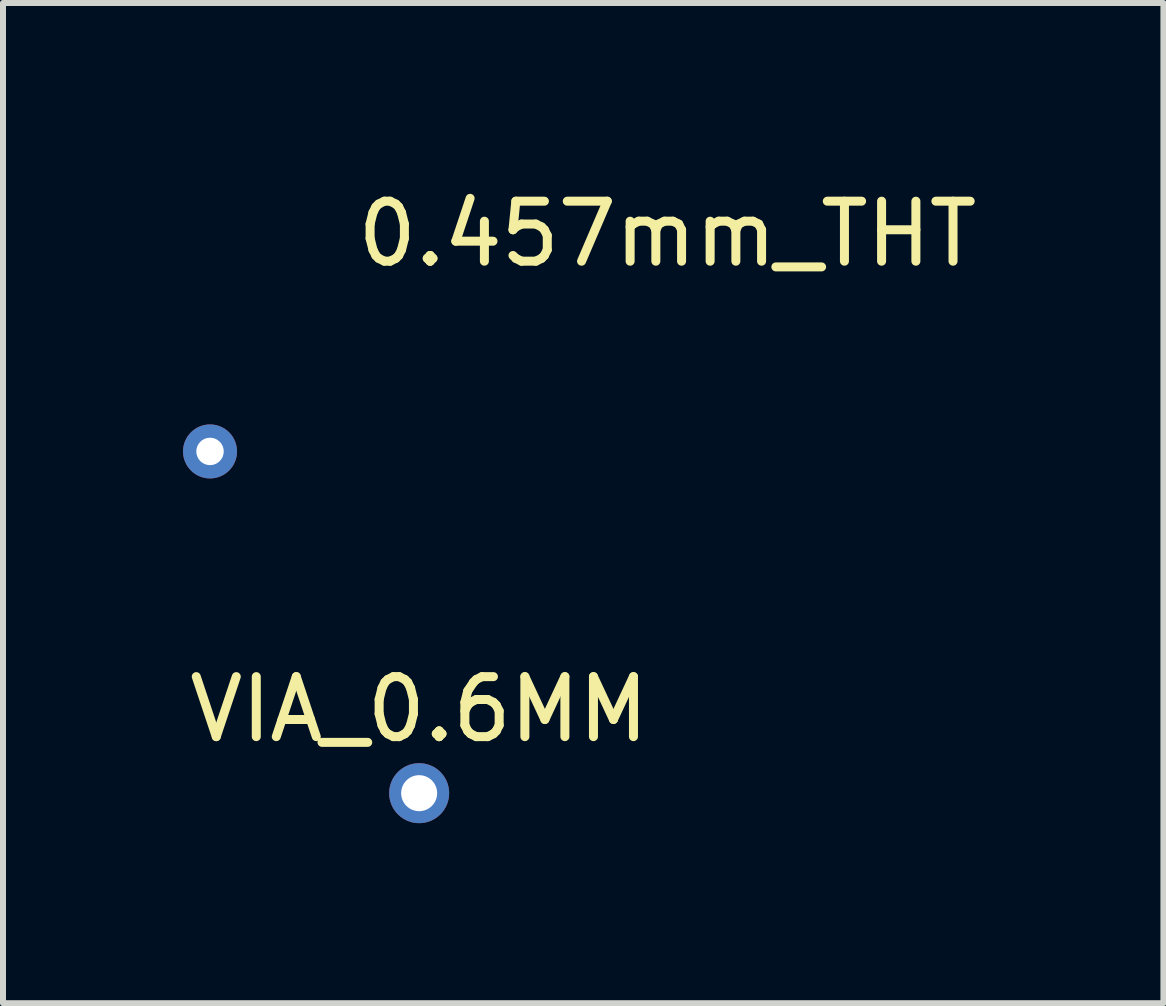
<source format=kicad_pcb>
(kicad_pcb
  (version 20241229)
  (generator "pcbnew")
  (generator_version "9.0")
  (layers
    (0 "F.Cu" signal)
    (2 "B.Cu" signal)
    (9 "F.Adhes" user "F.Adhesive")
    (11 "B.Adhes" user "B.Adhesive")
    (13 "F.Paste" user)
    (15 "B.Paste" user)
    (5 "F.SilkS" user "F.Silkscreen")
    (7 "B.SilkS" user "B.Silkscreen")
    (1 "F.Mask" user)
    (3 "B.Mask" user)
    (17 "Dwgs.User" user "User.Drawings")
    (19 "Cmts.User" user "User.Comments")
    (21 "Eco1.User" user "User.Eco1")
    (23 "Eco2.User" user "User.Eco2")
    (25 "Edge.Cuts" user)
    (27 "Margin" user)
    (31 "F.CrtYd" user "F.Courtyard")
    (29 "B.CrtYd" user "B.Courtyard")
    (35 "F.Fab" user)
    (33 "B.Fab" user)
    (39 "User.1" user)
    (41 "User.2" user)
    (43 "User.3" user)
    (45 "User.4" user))
  (footprint "VIA_0.6MM"
    (layer "F.Cu")
    (at 3.935 10.168)
    (property "Reference" "VIA_0.6MM" (at 0 -1.397 0) (layer "F.SilkS") (effects (font (size 1 1) (thickness 0.15))))
    (attr through_hole)
    (pad "1" thru_hole circle (at 0 0) (size 1 1) (drill 0.6) (layers "*.Cu")))
  (footprint "0.457mm_THT"
    (layer "F.Cu")
    (at 0.45 4.473)
    (property "Reference" "0.457mm_THT" (at 7.62 -3.625 0) (layer "F.SilkS") (effects (font (size 1 1) (thickness 0.15))))
    (attr through_hole)
    (pad "1" thru_hole circle (at 0 0) (size 0.9 0.9) (drill 0.457) (layers "*.Cu" "*.Mask")))
  (gr_rect
    (start -3 -3)
    (end 16.338 13.668)
    (stroke (width 0.1) (type default))
    (fill no)
    (layer "Edge.Cuts")))
</source>
